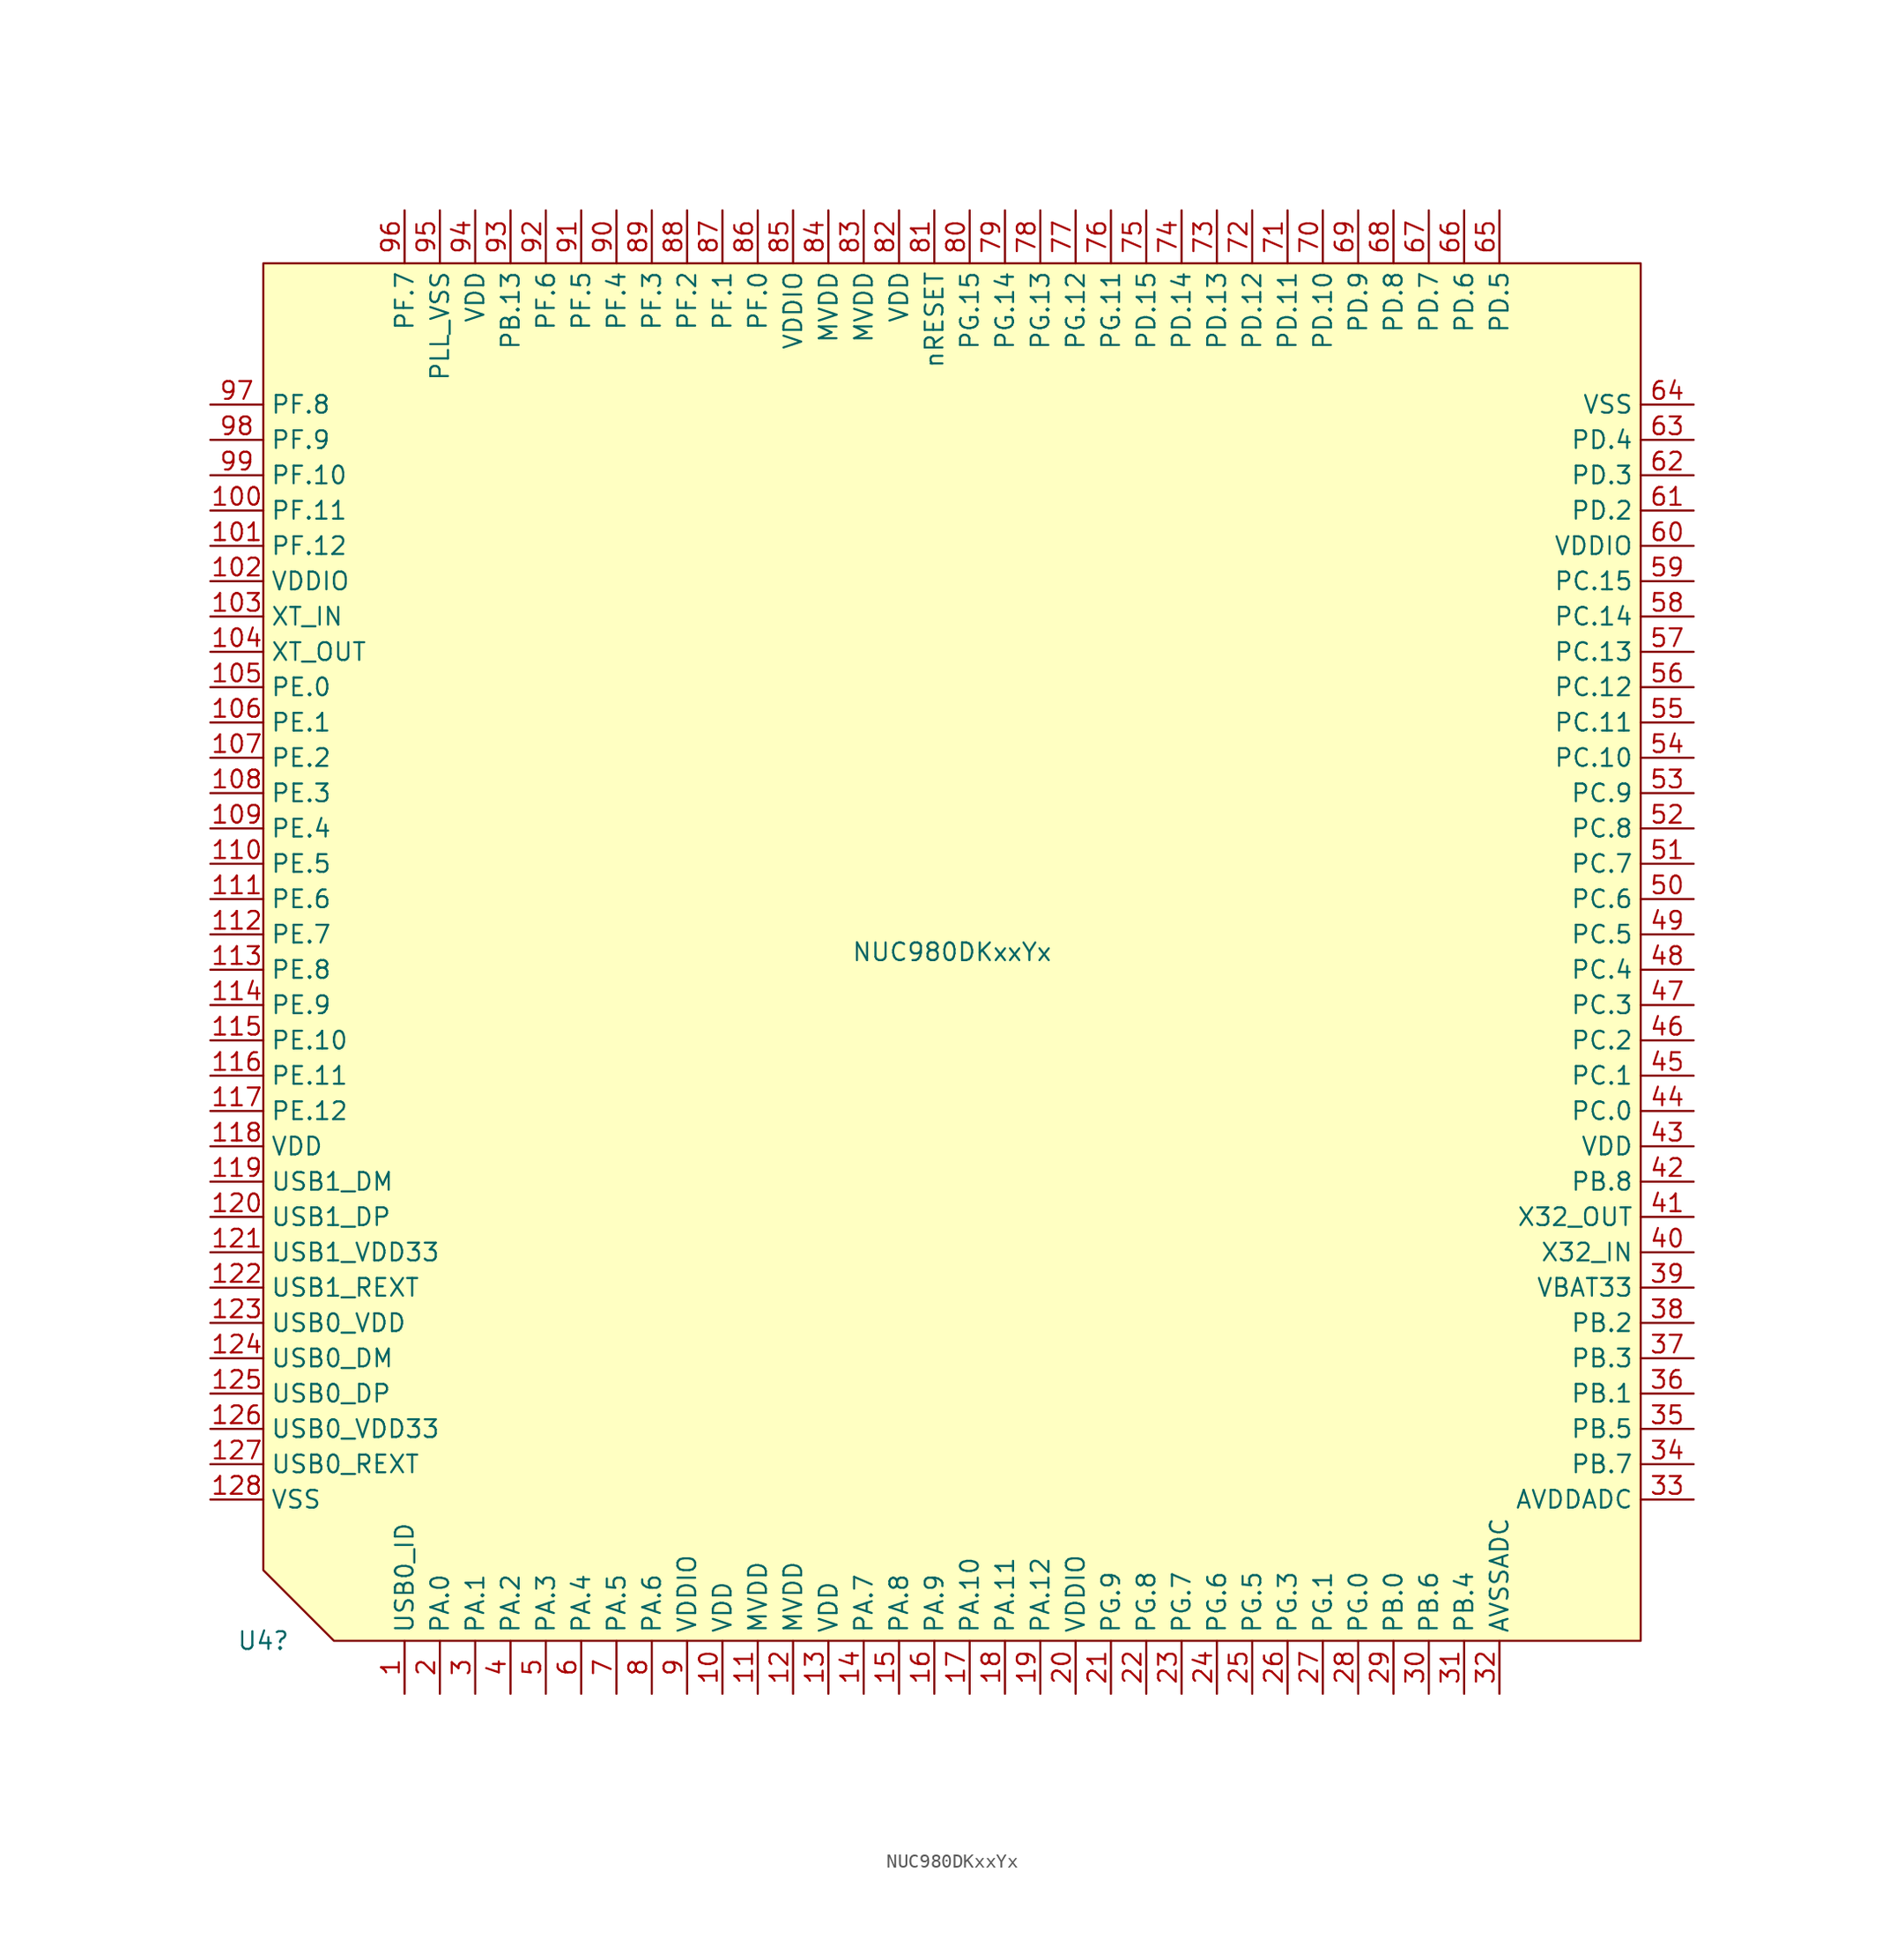
<source format=kicad_sym>
(kicad_symbol_lib
  (version 20220914)
  (generator kicad_symbol_editor)
  (symbol "NUC980DKxxYx"
    (property "Reference" "U4"
      (at -49.53 -49.53 0)
      (effects (font (size 1.27 1.27))))
    (property "Value" "NUC980DKxxYx"
      (at 0 0 0)
      (effects (font (size 1.27 1.27))))
    (symbol "NUC980DKxxYx_0_1"
      (polyline (pts (xy -44.45 -49.53) (xy 49.53 -49.53) (xy 49.53 49.53) (xy -49.53 49.53) (xy -49.53 -44.45) (xy -44.45 -49.53)) (stroke (width 0) (type default)) (fill (type background))))
    (symbol "NUC980DKxxYx_1_1"
      (pin passive line (at -39.37 -53.34 90) (length 3.81) (name "USB0_ID" (effects (font (size 1.27 1.27)))) (number "1" (effects (font (size 1.27 1.27)))))
      (pin passive line (at -16.51 -53.34 90) (length 3.81) (name "VDD" (effects (font (size 1.27 1.27)))) (number "10" (effects (font (size 1.27 1.27)))))
      (pin passive line (at -53.34 31.75 0) (length 3.81) (name "PF.11" (effects (font (size 1.27 1.27)))) (number "100" (effects (font (size 1.27 1.27)))))
      (pin passive line (at -53.34 29.21 0) (length 3.81) (name "PF.12" (effects (font (size 1.27 1.27)))) (number "101" (effects (font (size 1.27 1.27)))))
      (pin passive line (at -53.34 26.67 0) (length 3.81) (name "VDDIO" (effects (font (size 1.27 1.27)))) (number "102" (effects (font (size 1.27 1.27)))))
      (pin passive line (at -53.34 24.13 0) (length 3.81) (name "XT_IN" (effects (font (size 1.27 1.27)))) (number "103" (effects (font (size 1.27 1.27)))))
      (pin passive line (at -53.34 21.59 0) (length 3.81) (name "XT_OUT" (effects (font (size 1.27 1.27)))) (number "104" (effects (font (size 1.27 1.27)))))
      (pin passive line (at -53.34 19.05 0) (length 3.81) (name "PE.0" (effects (font (size 1.27 1.27)))) (number "105" (effects (font (size 1.27 1.27)))))
      (pin passive line (at -53.34 16.51 0) (length 3.81) (name "PE.1" (effects (font (size 1.27 1.27)))) (number "106" (effects (font (size 1.27 1.27)))))
      (pin passive line (at -53.34 13.97 0) (length 3.81) (name "PE.2" (effects (font (size 1.27 1.27)))) (number "107" (effects (font (size 1.27 1.27)))))
      (pin passive line (at -53.34 11.43 0) (length 3.81) (name "PE.3" (effects (font (size 1.27 1.27)))) (number "108" (effects (font (size 1.27 1.27)))))
      (pin passive line (at -53.34 8.89 0) (length 3.81) (name "PE.4" (effects (font (size 1.27 1.27)))) (number "109" (effects (font (size 1.27 1.27)))))
      (pin passive line (at -13.97 -53.34 90) (length 3.81) (name "MVDD" (effects (font (size 1.27 1.27)))) (number "11" (effects (font (size 1.27 1.27)))))
      (pin passive line (at -53.34 6.35 0) (length 3.81) (name "PE.5" (effects (font (size 1.27 1.27)))) (number "110" (effects (font (size 1.27 1.27)))))
      (pin passive line (at -53.34 3.81 0) (length 3.81) (name "PE.6" (effects (font (size 1.27 1.27)))) (number "111" (effects (font (size 1.27 1.27)))))
      (pin passive line (at -53.34 1.27 0) (length 3.81) (name "PE.7" (effects (font (size 1.27 1.27)))) (number "112" (effects (font (size 1.27 1.27)))))
      (pin passive line (at -53.34 -1.27 0) (length 3.81) (name "PE.8" (effects (font (size 1.27 1.27)))) (number "113" (effects (font (size 1.27 1.27)))))
      (pin passive line (at -53.34 -3.81 0) (length 3.81) (name "PE.9" (effects (font (size 1.27 1.27)))) (number "114" (effects (font (size 1.27 1.27)))))
      (pin passive line (at -53.34 -6.35 0) (length 3.81) (name "PE.10" (effects (font (size 1.27 1.27)))) (number "115" (effects (font (size 1.27 1.27)))))
      (pin passive line (at -53.34 -8.89 0) (length 3.81) (name "PE.11" (effects (font (size 1.27 1.27)))) (number "116" (effects (font (size 1.27 1.27)))))
      (pin passive line (at -53.34 -11.43 0) (length 3.81) (name "PE.12" (effects (font (size 1.27 1.27)))) (number "117" (effects (font (size 1.27 1.27)))))
      (pin passive line (at -53.34 -13.97 0) (length 3.81) (name "VDD" (effects (font (size 1.27 1.27)))) (number "118" (effects (font (size 1.27 1.27)))))
      (pin passive line (at -53.34 -16.51 0) (length 3.81) (name "USB1_DM" (effects (font (size 1.27 1.27)))) (number "119" (effects (font (size 1.27 1.27)))))
      (pin passive line (at -11.43 -53.34 90) (length 3.81) (name "MVDD" (effects (font (size 1.27 1.27)))) (number "12" (effects (font (size 1.27 1.27)))))
      (pin passive line (at -53.34 -19.05 0) (length 3.81) (name "USB1_DP" (effects (font (size 1.27 1.27)))) (number "120" (effects (font (size 1.27 1.27)))))
      (pin passive line (at -53.34 -21.59 0) (length 3.81) (name "USB1_VDD33" (effects (font (size 1.27 1.27)))) (number "121" (effects (font (size 1.27 1.27)))))
      (pin passive line (at -53.34 -24.13 0) (length 3.81) (name "USB1_REXT" (effects (font (size 1.27 1.27)))) (number "122" (effects (font (size 1.27 1.27)))))
      (pin passive line (at -53.34 -26.67 0) (length 3.81) (name "USB0_VDD" (effects (font (size 1.27 1.27)))) (number "123" (effects (font (size 1.27 1.27)))))
      (pin passive line (at -53.34 -29.21 0) (length 3.81) (name "USB0_DM" (effects (font (size 1.27 1.27)))) (number "124" (effects (font (size 1.27 1.27)))))
      (pin passive line (at -53.34 -31.75 0) (length 3.81) (name "USB0_DP" (effects (font (size 1.27 1.27)))) (number "125" (effects (font (size 1.27 1.27)))))
      (pin passive line (at -53.34 -34.29 0) (length 3.81) (name "USB0_VDD33" (effects (font (size 1.27 1.27)))) (number "126" (effects (font (size 1.27 1.27)))))
      (pin passive line (at -53.34 -36.83 0) (length 3.81) (name "USB0_REXT" (effects (font (size 1.27 1.27)))) (number "127" (effects (font (size 1.27 1.27)))))
      (pin passive line (at -53.34 -39.37 0) (length 3.81) (name "VSS" (effects (font (size 1.27 1.27)))) (number "128" (effects (font (size 1.27 1.27)))))
      (pin passive line (at -8.89 -53.34 90) (length 3.81) (name "VDD" (effects (font (size 1.27 1.27)))) (number "13" (effects (font (size 1.27 1.27)))))
      (pin passive line (at -6.35 -53.34 90) (length 3.81) (name "PA.7" (effects (font (size 1.27 1.27)))) (number "14" (effects (font (size 1.27 1.27)))))
      (pin passive line (at -3.81 -53.34 90) (length 3.81) (name "PA.8" (effects (font (size 1.27 1.27)))) (number "15" (effects (font (size 1.27 1.27)))))
      (pin passive line (at -1.27 -53.34 90) (length 3.81) (name "PA.9" (effects (font (size 1.27 1.27)))) (number "16" (effects (font (size 1.27 1.27)))))
      (pin passive line (at 1.27 -53.34 90) (length 3.81) (name "PA.10" (effects (font (size 1.27 1.27)))) (number "17" (effects (font (size 1.27 1.27)))))
      (pin passive line (at 3.81 -53.34 90) (length 3.81) (name "PA.11" (effects (font (size 1.27 1.27)))) (number "18" (effects (font (size 1.27 1.27)))))
      (pin passive line (at 6.35 -53.34 90) (length 3.81) (name "PA.12" (effects (font (size 1.27 1.27)))) (number "19" (effects (font (size 1.27 1.27)))))
      (pin passive line (at -36.83 -53.34 90) (length 3.81) (name "PA.0" (effects (font (size 1.27 1.27)))) (number "2" (effects (font (size 1.27 1.27)))))
      (pin passive line (at 8.89 -53.34 90) (length 3.81) (name "VDDIO" (effects (font (size 1.27 1.27)))) (number "20" (effects (font (size 1.27 1.27)))))
      (pin passive line (at 11.43 -53.34 90) (length 3.81) (name "PG.9" (effects (font (size 1.27 1.27)))) (number "21" (effects (font (size 1.27 1.27)))))
      (pin passive line (at 13.97 -53.34 90) (length 3.81) (name "PG.8" (effects (font (size 1.27 1.27)))) (number "22" (effects (font (size 1.27 1.27)))))
      (pin passive line (at 16.51 -53.34 90) (length 3.81) (name "PG.7" (effects (font (size 1.27 1.27)))) (number "23" (effects (font (size 1.27 1.27)))))
      (pin passive line (at 19.05 -53.34 90) (length 3.81) (name "PG.6" (effects (font (size 1.27 1.27)))) (number "24" (effects (font (size 1.27 1.27)))))
      (pin passive line (at 21.59 -53.34 90) (length 3.81) (name "PG.5" (effects (font (size 1.27 1.27)))) (number "25" (effects (font (size 1.27 1.27)))))
      (pin passive line (at 24.13 -53.34 90) (length 3.81) (name "PG.3" (effects (font (size 1.27 1.27)))) (number "26" (effects (font (size 1.27 1.27)))))
      (pin passive line (at 26.67 -53.34 90) (length 3.81) (name "PG.1" (effects (font (size 1.27 1.27)))) (number "27" (effects (font (size 1.27 1.27)))))
      (pin passive line (at 29.21 -53.34 90) (length 3.81) (name "PG.0" (effects (font (size 1.27 1.27)))) (number "28" (effects (font (size 1.27 1.27)))))
      (pin passive line (at 31.75 -53.34 90) (length 3.81) (name "PB.0" (effects (font (size 1.27 1.27)))) (number "29" (effects (font (size 1.27 1.27)))))
      (pin passive line (at -34.29 -53.34 90) (length 3.81) (name "PA.1" (effects (font (size 1.27 1.27)))) (number "3" (effects (font (size 1.27 1.27)))))
      (pin passive line (at 34.29 -53.34 90) (length 3.81) (name "PB.6" (effects (font (size 1.27 1.27)))) (number "30" (effects (font (size 1.27 1.27)))))
      (pin passive line (at 36.83 -53.34 90) (length 3.81) (name "PB.4" (effects (font (size 1.27 1.27)))) (number "31" (effects (font (size 1.27 1.27)))))
      (pin passive line (at 39.37 -53.34 90) (length 3.81) (name "AVSSADC" (effects (font (size 1.27 1.27)))) (number "32" (effects (font (size 1.27 1.27)))))
      (pin passive line (at 53.34 -39.37 180) (length 3.81) (name "AVDDADC" (effects (font (size 1.27 1.27)))) (number "33" (effects (font (size 1.27 1.27)))))
      (pin passive line (at 53.34 -36.83 180) (length 3.81) (name "PB.7" (effects (font (size 1.27 1.27)))) (number "34" (effects (font (size 1.27 1.27)))))
      (pin passive line (at 53.34 -34.29 180) (length 3.81) (name "PB.5" (effects (font (size 1.27 1.27)))) (number "35" (effects (font (size 1.27 1.27)))))
      (pin passive line (at 53.34 -31.75 180) (length 3.81) (name "PB.1" (effects (font (size 1.27 1.27)))) (number "36" (effects (font (size 1.27 1.27)))))
      (pin passive line (at 53.34 -29.21 180) (length 3.81) (name "PB.3" (effects (font (size 1.27 1.27)))) (number "37" (effects (font (size 1.27 1.27)))))
      (pin passive line (at 53.34 -26.67 180) (length 3.81) (name "PB.2" (effects (font (size 1.27 1.27)))) (number "38" (effects (font (size 1.27 1.27)))))
      (pin passive line (at 53.34 -24.13 180) (length 3.81) (name "VBAT33" (effects (font (size 1.27 1.27)))) (number "39" (effects (font (size 1.27 1.27)))))
      (pin passive line (at -31.75 -53.34 90) (length 3.81) (name "PA.2" (effects (font (size 1.27 1.27)))) (number "4" (effects (font (size 1.27 1.27)))))
      (pin passive line (at 53.34 -21.59 180) (length 3.81) (name "X32_IN" (effects (font (size 1.27 1.27)))) (number "40" (effects (font (size 1.27 1.27)))))
      (pin passive line (at 53.34 -19.05 180) (length 3.81) (name "X32_OUT" (effects (font (size 1.27 1.27)))) (number "41" (effects (font (size 1.27 1.27)))))
      (pin passive line (at 53.34 -16.51 180) (length 3.81) (name "PB.8" (effects (font (size 1.27 1.27)))) (number "42" (effects (font (size 1.27 1.27)))))
      (pin passive line (at 53.34 -13.97 180) (length 3.81) (name "VDD" (effects (font (size 1.27 1.27)))) (number "43" (effects (font (size 1.27 1.27)))))
      (pin passive line (at 53.34 -11.43 180) (length 3.81) (name "PC.0" (effects (font (size 1.27 1.27)))) (number "44" (effects (font (size 1.27 1.27)))))
      (pin passive line (at 53.34 -8.89 180) (length 3.81) (name "PC.1" (effects (font (size 1.27 1.27)))) (number "45" (effects (font (size 1.27 1.27)))))
      (pin passive line (at 53.34 -6.35 180) (length 3.81) (name "PC.2" (effects (font (size 1.27 1.27)))) (number "46" (effects (font (size 1.27 1.27)))))
      (pin passive line (at 53.34 -3.81 180) (length 3.81) (name "PC.3" (effects (font (size 1.27 1.27)))) (number "47" (effects (font (size 1.27 1.27)))))
      (pin passive line (at 53.34 -1.27 180) (length 3.81) (name "PC.4" (effects (font (size 1.27 1.27)))) (number "48" (effects (font (size 1.27 1.27)))))
      (pin passive line (at 53.34 1.27 180) (length 3.81) (name "PC.5" (effects (font (size 1.27 1.27)))) (number "49" (effects (font (size 1.27 1.27)))))
      (pin passive line (at -29.21 -53.34 90) (length 3.81) (name "PA.3" (effects (font (size 1.27 1.27)))) (number "5" (effects (font (size 1.27 1.27)))))
      (pin passive line (at 53.34 3.81 180) (length 3.81) (name "PC.6" (effects (font (size 1.27 1.27)))) (number "50" (effects (font (size 1.27 1.27)))))
      (pin passive line (at 53.34 6.35 180) (length 3.81) (name "PC.7" (effects (font (size 1.27 1.27)))) (number "51" (effects (font (size 1.27 1.27)))))
      (pin passive line (at 53.34 8.89 180) (length 3.81) (name "PC.8" (effects (font (size 1.27 1.27)))) (number "52" (effects (font (size 1.27 1.27)))))
      (pin passive line (at 53.34 11.43 180) (length 3.81) (name "PC.9" (effects (font (size 1.27 1.27)))) (number "53" (effects (font (size 1.27 1.27)))))
      (pin passive line (at 53.34 13.97 180) (length 3.81) (name "PC.10" (effects (font (size 1.27 1.27)))) (number "54" (effects (font (size 1.27 1.27)))))
      (pin passive line (at 53.34 16.51 180) (length 3.81) (name "PC.11" (effects (font (size 1.27 1.27)))) (number "55" (effects (font (size 1.27 1.27)))))
      (pin passive line (at 53.34 19.05 180) (length 3.81) (name "PC.12" (effects (font (size 1.27 1.27)))) (number "56" (effects (font (size 1.27 1.27)))))
      (pin passive line (at 53.34 21.59 180) (length 3.81) (name "PC.13" (effects (font (size 1.27 1.27)))) (number "57" (effects (font (size 1.27 1.27)))))
      (pin passive line (at 53.34 24.13 180) (length 3.81) (name "PC.14" (effects (font (size 1.27 1.27)))) (number "58" (effects (font (size 1.27 1.27)))))
      (pin passive line (at 53.34 26.67 180) (length 3.81) (name "PC.15" (effects (font (size 1.27 1.27)))) (number "59" (effects (font (size 1.27 1.27)))))
      (pin passive line (at -26.67 -53.34 90) (length 3.81) (name "PA.4" (effects (font (size 1.27 1.27)))) (number "6" (effects (font (size 1.27 1.27)))))
      (pin passive line (at 53.34 29.21 180) (length 3.81) (name "VDDIO" (effects (font (size 1.27 1.27)))) (number "60" (effects (font (size 1.27 1.27)))))
      (pin passive line (at 53.34 31.75 180) (length 3.81) (name "PD.2" (effects (font (size 1.27 1.27)))) (number "61" (effects (font (size 1.27 1.27)))))
      (pin passive line (at 53.34 34.29 180) (length 3.81) (name "PD.3" (effects (font (size 1.27 1.27)))) (number "62" (effects (font (size 1.27 1.27)))))
      (pin passive line (at 53.34 36.83 180) (length 3.81) (name "PD.4" (effects (font (size 1.27 1.27)))) (number "63" (effects (font (size 1.27 1.27)))))
      (pin passive line (at 53.34 39.37 180) (length 3.81) (name "VSS" (effects (font (size 1.27 1.27)))) (number "64" (effects (font (size 1.27 1.27)))))
      (pin passive line (at 39.37 53.34 270) (length 3.81) (name "PD.5" (effects (font (size 1.27 1.27)))) (number "65" (effects (font (size 1.27 1.27)))))
      (pin passive line (at 36.83 53.34 270) (length 3.81) (name "PD.6" (effects (font (size 1.27 1.27)))) (number "66" (effects (font (size 1.27 1.27)))))
      (pin passive line (at 34.29 53.34 270) (length 3.81) (name "PD.7" (effects (font (size 1.27 1.27)))) (number "67" (effects (font (size 1.27 1.27)))))
      (pin passive line (at 31.75 53.34 270) (length 3.81) (name "PD.8" (effects (font (size 1.27 1.27)))) (number "68" (effects (font (size 1.27 1.27)))))
      (pin passive line (at 29.21 53.34 270) (length 3.81) (name "PD.9" (effects (font (size 1.27 1.27)))) (number "69" (effects (font (size 1.27 1.27)))))
      (pin passive line (at -24.13 -53.34 90) (length 3.81) (name "PA.5" (effects (font (size 1.27 1.27)))) (number "7" (effects (font (size 1.27 1.27)))))
      (pin passive line (at 26.67 53.34 270) (length 3.81) (name "PD.10" (effects (font (size 1.27 1.27)))) (number "70" (effects (font (size 1.27 1.27)))))
      (pin passive line (at 24.13 53.34 270) (length 3.81) (name "PD.11" (effects (font (size 1.27 1.27)))) (number "71" (effects (font (size 1.27 1.27)))))
      (pin passive line (at 21.59 53.34 270) (length 3.81) (name "PD.12" (effects (font (size 1.27 1.27)))) (number "72" (effects (font (size 1.27 1.27)))))
      (pin passive line (at 19.05 53.34 270) (length 3.81) (name "PD.13" (effects (font (size 1.27 1.27)))) (number "73" (effects (font (size 1.27 1.27)))))
      (pin passive line (at 16.51 53.34 270) (length 3.81) (name "PD.14" (effects (font (size 1.27 1.27)))) (number "74" (effects (font (size 1.27 1.27)))))
      (pin passive line (at 13.97 53.34 270) (length 3.81) (name "PD.15" (effects (font (size 1.27 1.27)))) (number "75" (effects (font (size 1.27 1.27)))))
      (pin passive line (at 11.43 53.34 270) (length 3.81) (name "PG.11" (effects (font (size 1.27 1.27)))) (number "76" (effects (font (size 1.27 1.27)))))
      (pin passive line (at 8.89 53.34 270) (length 3.81) (name "PG.12" (effects (font (size 1.27 1.27)))) (number "77" (effects (font (size 1.27 1.27)))))
      (pin passive line (at 6.35 53.34 270) (length 3.81) (name "PG.13" (effects (font (size 1.27 1.27)))) (number "78" (effects (font (size 1.27 1.27)))))
      (pin passive line (at 3.81 53.34 270) (length 3.81) (name "PG.14" (effects (font (size 1.27 1.27)))) (number "79" (effects (font (size 1.27 1.27)))))
      (pin passive line (at -21.59 -53.34 90) (length 3.81) (name "PA.6" (effects (font (size 1.27 1.27)))) (number "8" (effects (font (size 1.27 1.27)))))
      (pin passive line (at 1.27 53.34 270) (length 3.81) (name "PG.15" (effects (font (size 1.27 1.27)))) (number "80" (effects (font (size 1.27 1.27)))))
      (pin passive line (at -1.27 53.34 270) (length 3.81) (name "nRESET" (effects (font (size 1.27 1.27)))) (number "81" (effects (font (size 1.27 1.27)))))
      (pin passive line (at -3.81 53.34 270) (length 3.81) (name "VDD" (effects (font (size 1.27 1.27)))) (number "82" (effects (font (size 1.27 1.27)))))
      (pin passive line (at -6.35 53.34 270) (length 3.81) (name "MVDD" (effects (font (size 1.27 1.27)))) (number "83" (effects (font (size 1.27 1.27)))))
      (pin passive line (at -8.89 53.34 270) (length 3.81) (name "MVDD" (effects (font (size 1.27 1.27)))) (number "84" (effects (font (size 1.27 1.27)))))
      (pin passive line (at -11.43 53.34 270) (length 3.81) (name "VDDIO" (effects (font (size 1.27 1.27)))) (number "85" (effects (font (size 1.27 1.27)))))
      (pin passive line (at -13.97 53.34 270) (length 3.81) (name "PF.0" (effects (font (size 1.27 1.27)))) (number "86" (effects (font (size 1.27 1.27)))))
      (pin passive line (at -16.51 53.34 270) (length 3.81) (name "PF.1" (effects (font (size 1.27 1.27)))) (number "87" (effects (font (size 1.27 1.27)))))
      (pin passive line (at -19.05 53.34 270) (length 3.81) (name "PF.2" (effects (font (size 1.27 1.27)))) (number "88" (effects (font (size 1.27 1.27)))))
      (pin passive line (at -21.59 53.34 270) (length 3.81) (name "PF.3" (effects (font (size 1.27 1.27)))) (number "89" (effects (font (size 1.27 1.27)))))
      (pin passive line (at -19.05 -53.34 90) (length 3.81) (name "VDDIO" (effects (font (size 1.27 1.27)))) (number "9" (effects (font (size 1.27 1.27)))))
      (pin passive line (at -24.13 53.34 270) (length 3.81) (name "PF.4" (effects (font (size 1.27 1.27)))) (number "90" (effects (font (size 1.27 1.27)))))
      (pin passive line (at -26.67 53.34 270) (length 3.81) (name "PF.5" (effects (font (size 1.27 1.27)))) (number "91" (effects (font (size 1.27 1.27)))))
      (pin passive line (at -29.21 53.34 270) (length 3.81) (name "PF.6" (effects (font (size 1.27 1.27)))) (number "92" (effects (font (size 1.27 1.27)))))
      (pin passive line (at -31.75 53.34 270) (length 3.81) (name "PB.13" (effects (font (size 1.27 1.27)))) (number "93" (effects (font (size 1.27 1.27)))))
      (pin passive line (at -34.29 53.34 270) (length 3.81) (name "VDD" (effects (font (size 1.27 1.27)))) (number "94" (effects (font (size 1.27 1.27)))))
      (pin passive line (at -36.83 53.34 270) (length 3.81) (name "PLL_VSS" (effects (font (size 1.27 1.27)))) (number "95" (effects (font (size 1.27 1.27)))))
      (pin passive line (at -39.37 53.34 270) (length 3.81) (name "PF.7" (effects (font (size 1.27 1.27)))) (number "96" (effects (font (size 1.27 1.27)))))
      (pin passive line (at -53.34 39.37 0) (length 3.81) (name "PF.8" (effects (font (size 1.27 1.27)))) (number "97" (effects (font (size 1.27 1.27)))))
      (pin passive line (at -53.34 36.83 0) (length 3.81) (name "PF.9" (effects (font (size 1.27 1.27)))) (number "98" (effects (font (size 1.27 1.27)))))
      (pin passive line (at -53.34 34.29 0) (length 3.81) (name "PF.10" (effects (font (size 1.27 1.27)))) (number "99" (effects (font (size 1.27 1.27))))))))
</source>
